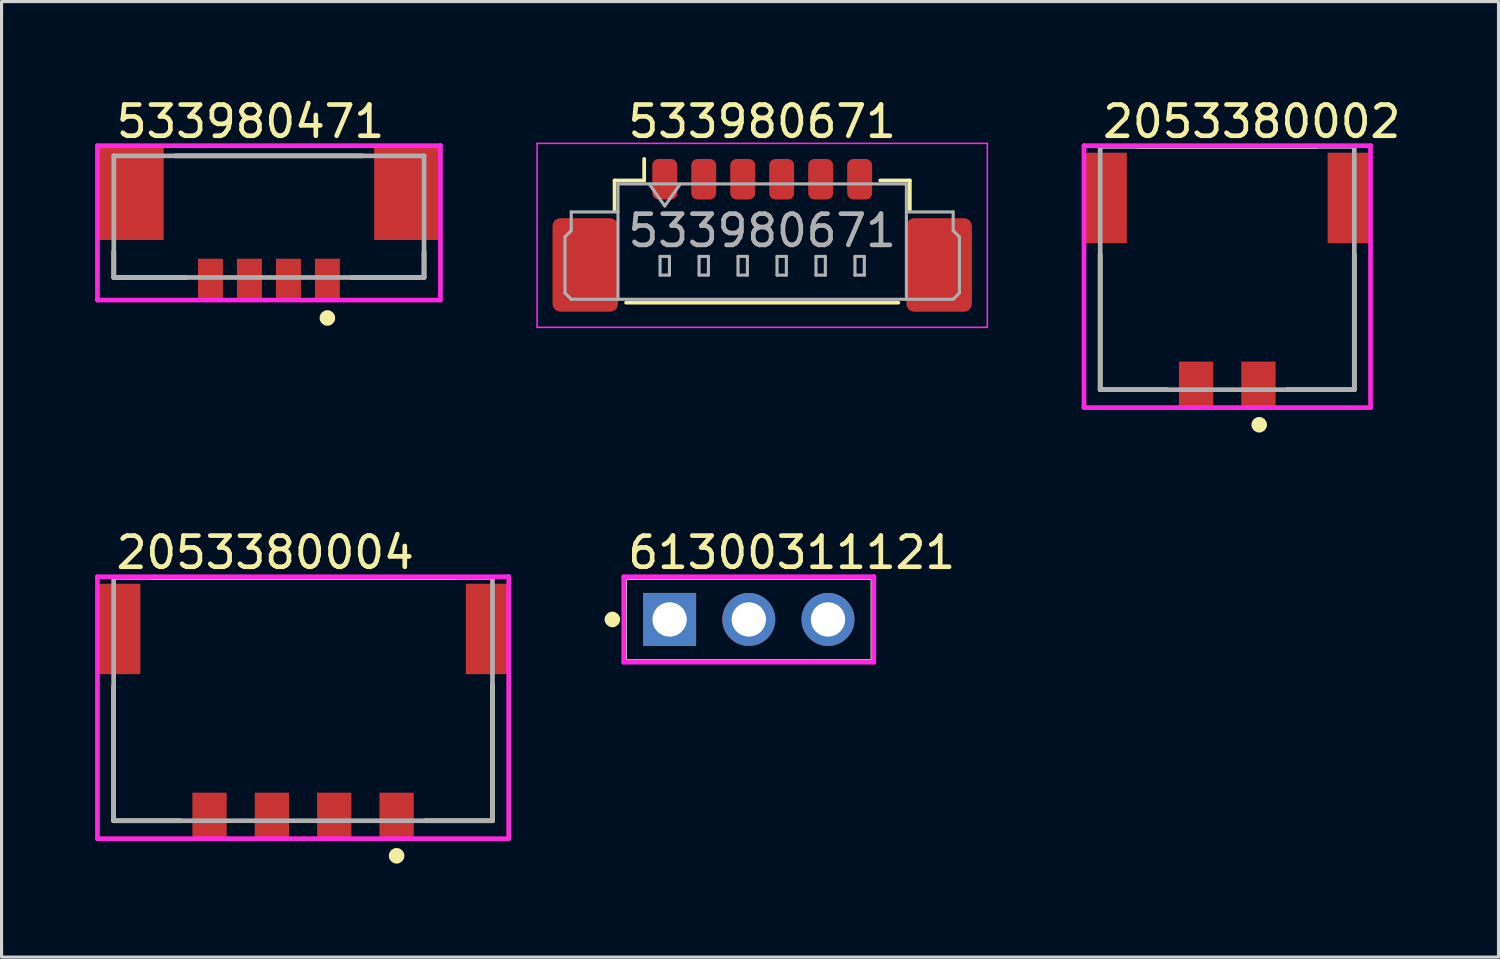
<source format=kicad_pcb>
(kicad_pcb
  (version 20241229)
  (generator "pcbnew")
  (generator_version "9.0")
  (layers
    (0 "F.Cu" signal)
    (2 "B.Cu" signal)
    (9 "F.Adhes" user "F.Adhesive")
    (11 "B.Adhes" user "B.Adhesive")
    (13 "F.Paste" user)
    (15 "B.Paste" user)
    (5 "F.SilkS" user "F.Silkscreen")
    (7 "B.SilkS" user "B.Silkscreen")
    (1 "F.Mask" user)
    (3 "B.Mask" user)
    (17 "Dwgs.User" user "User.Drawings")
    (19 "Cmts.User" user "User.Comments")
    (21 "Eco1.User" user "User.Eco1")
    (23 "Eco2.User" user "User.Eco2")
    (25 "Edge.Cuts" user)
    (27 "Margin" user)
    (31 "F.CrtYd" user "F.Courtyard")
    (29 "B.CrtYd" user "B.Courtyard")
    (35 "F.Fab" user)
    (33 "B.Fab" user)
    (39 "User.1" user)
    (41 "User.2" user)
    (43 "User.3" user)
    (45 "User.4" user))
  (footprint "61300311121"
    (layer "F.Cu")
    (at 20.965 16.817)
    (property "Reference" "61300311121" (at -3.96 -2.145 0) (layer "F.SilkS") (effects (font (size 1 1) (thickness 0.15)) (justify left)))
    (attr through_hole)
    (fp_line (start -3.985 -1.345) (end 3.985 -1.345) (stroke (width 0.15) (type solid)) (layer "F.SilkS"))
    (fp_line (start -3.985 1.345) (end -3.985 -1.345) (stroke (width 0.15) (type solid)) (layer "F.SilkS"))
    (fp_line (start -3.985 1.345) (end 3.985 1.345) (stroke (width 0.15) (type solid)) (layer "F.SilkS"))
    (fp_line (start 3.985 1.345) (end 3.985 -1.345) (stroke (width 0.15) (type solid)) (layer "F.SilkS"))
    (fp_circle (center -4.375 0) (end -4.25 0) (stroke (width 0.25) (type solid)) (fill no) (layer "F.SilkS"))
    (fp_line (start -4.01 -1.37) (end -4.01 1.37) (stroke (width 0.15) (type solid)) (layer "F.CrtYd"))
    (fp_line (start -4.01 1.37) (end 4.01 1.37) (stroke (width 0.15) (type solid)) (layer "F.CrtYd"))
    (fp_line (start 4.01 -1.37) (end -4.01 -1.37) (stroke (width 0.15) (type solid)) (layer "F.CrtYd"))
    (fp_line (start 4.01 -1.37) (end 4.01 -1.37) (stroke (width 0.15) (type solid)) (layer "F.CrtYd"))
    (fp_line (start 4.01 1.37) (end 4.01 -1.37) (stroke (width 0.15) (type solid)) (layer "F.CrtYd"))
    (fp_line (start -3.985 -1.345) (end 3.985 -1.345) (stroke (width 0.15) (type solid)) (layer "F.Fab"))
    (fp_line (start -3.985 1.345) (end -3.985 -1.345) (stroke (width 0.15) (type solid)) (layer "F.Fab"))
    (fp_line (start 3.985 -1.345) (end 3.985 1.345) (stroke (width 0.15) (type solid)) (layer "F.Fab"))
    (fp_line (start 3.985 1.345) (end -3.985 1.345) (stroke (width 0.15) (type solid)) (layer "F.Fab"))
    (pad "1" thru_hole rect (at -2.54 0) (size 1.7 1.7) (drill 1.1) (layers "*.Cu"))
    (pad "2" thru_hole circle (at 0 0) (size 1.7 1.7) (drill 1.1) (layers "*.Cu"))
    (pad "3" thru_hole circle (at 2.54 0) (size 1.7 1.7) (drill 1.1) (layers "*.Cu")))
  (footprint "533980671"
    (layer "F.Cu")
    (at 21.395 3.948)
    (property "Reference" "533980671" (at 0 -3.1 0) (layer "F.SilkS") (effects (font (size 1 1) (thickness 0.15))))
    (attr smd)
    (fp_line (start -4.735 -1.21) (end -3.785 -1.21) (stroke (width 0.12) (type solid)) (layer "F.SilkS"))
    (fp_line (start -4.735 -0.26) (end -4.735 -1.21) (stroke (width 0.12) (type solid)) (layer "F.SilkS"))
    (fp_line (start -4.365 2.71) (end 4.365 2.71) (stroke (width 0.12) (type solid)) (layer "F.SilkS"))
    (fp_line (start -3.785 -1.21) (end -3.785 -1.9) (stroke (width 0.12) (type solid)) (layer "F.SilkS"))
    (fp_line (start 4.735 -1.21) (end 3.785 -1.21) (stroke (width 0.12) (type solid)) (layer "F.SilkS"))
    (fp_line (start 4.735 -0.26) (end 4.735 -1.21) (stroke (width 0.12) (type solid)) (layer "F.SilkS"))
    (fp_line (start -7.22 -2.4) (end -7.22 3.5) (stroke (width 0.05) (type solid)) (layer "F.CrtYd"))
    (fp_line (start -7.22 3.5) (end 7.22 3.5) (stroke (width 0.05) (type solid)) (layer "F.CrtYd"))
    (fp_line (start 7.22 -2.4) (end -7.22 -2.4) (stroke (width 0.05) (type solid)) (layer "F.CrtYd"))
    (fp_line (start 7.22 3.5) (end 7.22 -2.4) (stroke (width 0.05) (type solid)) (layer "F.CrtYd"))
    (fp_line (start -6.325 0.6) (end -6.125 0.4) (stroke (width 0.1) (type solid)) (layer "F.Fab"))
    (fp_line (start -6.325 2.4) (end -6.325 0.6) (stroke (width 0.1) (type solid)) (layer "F.Fab"))
    (fp_line (start -6.125 -0.2) (end -4.625 -0.2) (stroke (width 0.1) (type solid)) (layer "F.Fab"))
    (fp_line (start -6.125 0.4) (end -6.125 -0.2) (stroke (width 0.1) (type solid)) (layer "F.Fab"))
    (fp_line (start -6.125 2.6) (end -6.325 2.4) (stroke (width 0.1) (type solid)) (layer "F.Fab"))
    (fp_line (start -4.625 -1.1) (end -4.625 2.6) (stroke (width 0.1) (type solid)) (layer "F.Fab"))
    (fp_line (start -4.625 -1.1) (end 4.625 -1.1) (stroke (width 0.1) (type solid)) (layer "F.Fab"))
    (fp_line (start -4.625 2.6) (end -6.125 2.6) (stroke (width 0.1) (type solid)) (layer "F.Fab"))
    (fp_line (start -4.625 2.6) (end 4.625 2.6) (stroke (width 0.1) (type solid)) (layer "F.Fab"))
    (fp_line (start -3.625 -1.1) (end -3.125 -0.393) (stroke (width 0.1) (type solid)) (layer "F.Fab"))
    (fp_line (start -3.275 1.225) (end -3.275 1.825) (stroke (width 0.1) (type solid)) (layer "F.Fab"))
    (fp_line (start -3.275 1.825) (end -2.975 1.825) (stroke (width 0.1) (type solid)) (layer "F.Fab"))
    (fp_line (start -3.125 -0.393) (end -2.625 -1.1) (stroke (width 0.1) (type solid)) (layer "F.Fab"))
    (fp_line (start -2.975 1.225) (end -3.275 1.225) (stroke (width 0.1) (type solid)) (layer "F.Fab"))
    (fp_line (start -2.975 1.825) (end -2.975 1.225) (stroke (width 0.1) (type solid)) (layer "F.Fab"))
    (fp_line (start -2.025 1.225) (end -2.025 1.825) (stroke (width 0.1) (type solid)) (layer "F.Fab"))
    (fp_line (start -2.025 1.825) (end -1.725 1.825) (stroke (width 0.1) (type solid)) (layer "F.Fab"))
    (fp_line (start -1.725 1.225) (end -2.025 1.225) (stroke (width 0.1) (type solid)) (layer "F.Fab"))
    (fp_line (start -1.725 1.825) (end -1.725 1.225) (stroke (width 0.1) (type solid)) (layer "F.Fab"))
    (fp_line (start -0.775 1.225) (end -0.775 1.825) (stroke (width 0.1) (type solid)) (layer "F.Fab"))
    (fp_line (start -0.775 1.825) (end -0.475 1.825) (stroke (width 0.1) (type solid)) (layer "F.Fab"))
    (fp_line (start -0.475 1.225) (end -0.775 1.225) (stroke (width 0.1) (type solid)) (layer "F.Fab"))
    (fp_line (start -0.475 1.825) (end -0.475 1.225) (stroke (width 0.1) (type solid)) (layer "F.Fab"))
    (fp_line (start 0.475 1.225) (end 0.475 1.825) (stroke (width 0.1) (type solid)) (layer "F.Fab"))
    (fp_line (start 0.475 1.825) (end 0.775 1.825) (stroke (width 0.1) (type solid)) (layer "F.Fab"))
    (fp_line (start 0.775 1.225) (end 0.475 1.225) (stroke (width 0.1) (type solid)) (layer "F.Fab"))
    (fp_line (start 0.775 1.825) (end 0.775 1.225) (stroke (width 0.1) (type solid)) (layer "F.Fab"))
    (fp_line (start 1.725 1.225) (end 1.725 1.825) (stroke (width 0.1) (type solid)) (layer "F.Fab"))
    (fp_line (start 1.725 1.825) (end 2.025 1.825) (stroke (width 0.1) (type solid)) (layer "F.Fab"))
    (fp_line (start 2.025 1.225) (end 1.725 1.225) (stroke (width 0.1) (type solid)) (layer "F.Fab"))
    (fp_line (start 2.025 1.825) (end 2.025 1.225) (stroke (width 0.1) (type solid)) (layer "F.Fab"))
    (fp_line (start 2.975 1.225) (end 2.975 1.825) (stroke (width 0.1) (type solid)) (layer "F.Fab"))
    (fp_line (start 2.975 1.825) (end 3.275 1.825) (stroke (width 0.1) (type solid)) (layer "F.Fab"))
    (fp_line (start 3.275 1.225) (end 2.975 1.225) (stroke (width 0.1) (type solid)) (layer "F.Fab"))
    (fp_line (start 3.275 1.825) (end 3.275 1.225) (stroke (width 0.1) (type solid)) (layer "F.Fab"))
    (fp_line (start 4.625 -1.1) (end 4.625 2.6) (stroke (width 0.1) (type solid)) (layer "F.Fab"))
    (fp_line (start 4.625 2.6) (end 6.125 2.6) (stroke (width 0.1) (type solid)) (layer "F.Fab"))
    (fp_line (start 6.125 -0.2) (end 4.625 -0.2) (stroke (width 0.1) (type solid)) (layer "F.Fab"))
    (fp_line (start 6.125 0.4) (end 6.125 -0.2) (stroke (width 0.1) (type solid)) (layer "F.Fab"))
    (fp_line (start 6.125 2.6) (end 6.325 2.4) (stroke (width 0.1) (type solid)) (layer "F.Fab"))
    (fp_line (start 6.325 0.6) (end 6.125 0.4) (stroke (width 0.1) (type solid)) (layer "F.Fab"))
    (fp_line (start 6.325 2.4) (end 6.325 0.6) (stroke (width 0.1) (type solid)) (layer "F.Fab"))
    (fp_text user "${REFERENCE}" (at 0 0.4 0) (layer "F.Fab") (effects (font (size 1 1) (thickness 0.15))))
    (pad "1" smd roundrect (at -3.125 -1.25) (size 0.8 1.3) (layers "F.Cu" "F.Mask" "F.Paste") (roundrect_rratio 0.25))
    (pad "2" smd roundrect (at -1.875 -1.25) (size 0.8 1.3) (layers "F.Cu" "F.Mask" "F.Paste") (roundrect_rratio 0.25))
    (pad "3" smd roundrect (at -0.625 -1.25) (size 0.8 1.3) (layers "F.Cu" "F.Mask" "F.Paste") (roundrect_rratio 0.25))
    (pad "4" smd roundrect (at 0.625 -1.25) (size 0.8 1.3) (layers "F.Cu" "F.Mask" "F.Paste") (roundrect_rratio 0.25))
    (pad "5" smd roundrect (at 1.875 -1.25) (size 0.8 1.3) (layers "F.Cu" "F.Mask" "F.Paste") (roundrect_rratio 0.25))
    (pad "6" smd roundrect (at 3.125 -1.25) (size 0.8 1.3) (layers "F.Cu" "F.Mask" "F.Paste") (roundrect_rratio 0.25))
    (pad "7" smd roundrect (at -5.675 1.5) (size 2.1 3) (layers "F.Cu" "F.Mask" "F.Paste") (roundrect_rratio 0.119))
    (pad "8" smd roundrect (at 5.675 1.5) (size 2.1 3) (layers "F.Cu" "F.Mask" "F.Paste") (roundrect_rratio 0.119)))
  (footprint "533980471"
    (layer "F.Cu")
    (at 5.575 3.898)
    (property "Reference" "533980471" (at -4.975 -3.05 0) (layer "F.SilkS") (effects (font (size 1 1) (thickness 0.15)) (justify left)))
    (attr through_hole)
    (fp_line (start -4.975 1.95) (end -4.975 1.125) (stroke (width 0.15) (type solid)) (layer "F.SilkS"))
    (fp_line (start -4.975 1.95) (end -2.65 1.95) (stroke (width 0.15) (type solid)) (layer "F.SilkS"))
    (fp_line (start -3 -1.95) (end 3 -1.95) (stroke (width 0.15) (type solid)) (layer "F.SilkS"))
    (fp_line (start 2.65 1.95) (end 4.975 1.95) (stroke (width 0.15) (type solid)) (layer "F.SilkS"))
    (fp_line (start 4.975 1.95) (end 4.975 1.125) (stroke (width 0.15) (type solid)) (layer "F.SilkS"))
    (fp_circle (center 1.875 3.25) (end 2 3.25) (stroke (width 0.25) (type solid)) (fill no) (layer "F.SilkS"))
    (fp_line (start -5.5 -2.275) (end -5.5 2.675) (stroke (width 0.15) (type solid)) (layer "F.CrtYd"))
    (fp_line (start -5.5 2.675) (end 5.5 2.675) (stroke (width 0.15) (type solid)) (layer "F.CrtYd"))
    (fp_line (start 5.5 -2.275) (end -5.5 -2.275) (stroke (width 0.15) (type solid)) (layer "F.CrtYd"))
    (fp_line (start 5.5 -2.275) (end 5.5 -2.275) (stroke (width 0.15) (type solid)) (layer "F.CrtYd"))
    (fp_line (start 5.5 2.675) (end 5.5 -2.275) (stroke (width 0.15) (type solid)) (layer "F.CrtYd"))
    (fp_line (start -4.975 -1.95) (end 4.975 -1.95) (stroke (width 0.15) (type solid)) (layer "F.Fab"))
    (fp_line (start -4.975 1.95) (end -4.975 -1.95) (stroke (width 0.15) (type solid)) (layer "F.Fab"))
    (fp_line (start 4.975 -1.95) (end 4.975 1.95) (stroke (width 0.15) (type solid)) (layer "F.Fab"))
    (fp_line (start 4.975 1.95) (end -4.975 1.95) (stroke (width 0.15) (type solid)) (layer "F.Fab"))
    (pad "1" smd rect (at 1.875 2) (size 0.8 1.3) (layers "F.Cu" "F.Mask" "F.Paste"))
    (pad "2" smd rect (at 0.625 2) (size 0.8 1.3) (layers "F.Cu" "F.Mask" "F.Paste"))
    (pad "3" smd rect (at -0.625 2) (size 0.8 1.3) (layers "F.Cu" "F.Mask" "F.Paste"))
    (pad "4" smd rect (at -1.875 2) (size 0.8 1.3) (layers "F.Cu" "F.Mask" "F.Paste"))
    (pad "5" smd rect (at -4.425 -0.75) (size 2.1 3) (layers "F.Cu" "F.Mask" "F.Paste"))
    (pad "6" smd rect (at 4.425 -0.75) (size 2.1 3) (layers "F.Cu" "F.Mask" "F.Paste")))
  (footprint "2053380002"
    (layer "F.Cu")
    (at 36.31 5.548)
    (property "Reference" "2053380002" (at -4.075 -4.7 0) (layer "F.SilkS") (effects (font (size 1 1) (thickness 0.15)) (justify left)))
    (attr through_hole)
    (fp_line (start -4.075 3.9) (end -4.075 -0.425) (stroke (width 0.15) (type solid)) (layer "F.SilkS"))
    (fp_line (start -4.075 3.9) (end -1.925 3.9) (stroke (width 0.15) (type solid)) (layer "F.SilkS"))
    (fp_line (start -2.845 -3.9) (end 2.845 -3.9) (stroke (width 0.15) (type solid)) (layer "F.SilkS"))
    (fp_line (start 1.925 3.9) (end 4.075 3.9) (stroke (width 0.15) (type solid)) (layer "F.SilkS"))
    (fp_line (start 4.075 3.9) (end 4.075 -0.425) (stroke (width 0.15) (type solid)) (layer "F.SilkS"))
    (fp_circle (center 1.025 5.025) (end 1.15 5.025) (stroke (width 0.25) (type solid)) (fill no) (layer "F.SilkS"))
    (fp_line (start -4.595 -3.925) (end -4.595 4.475) (stroke (width 0.15) (type solid)) (layer "F.CrtYd"))
    (fp_line (start -4.595 4.475) (end 4.595 4.475) (stroke (width 0.15) (type solid)) (layer "F.CrtYd"))
    (fp_line (start 4.595 -3.925) (end -4.595 -3.925) (stroke (width 0.15) (type solid)) (layer "F.CrtYd"))
    (fp_line (start 4.595 -3.925) (end 4.595 -3.925) (stroke (width 0.15) (type solid)) (layer "F.CrtYd"))
    (fp_line (start 4.595 4.475) (end 4.595 -3.925) (stroke (width 0.15) (type solid)) (layer "F.CrtYd"))
    (fp_line (start -4.075 -3.9) (end 4.075 -3.9) (stroke (width 0.15) (type solid)) (layer "F.Fab"))
    (fp_line (start -4.075 3.9) (end -4.075 -3.9) (stroke (width 0.15) (type solid)) (layer "F.Fab"))
    (fp_line (start 4.075 -3.9) (end 4.075 3.9) (stroke (width 0.15) (type solid)) (layer "F.Fab"))
    (fp_line (start 4.075 3.9) (end -4.075 3.9) (stroke (width 0.15) (type solid)) (layer "F.Fab"))
    (pad "1" smd rect (at 1 3.725) (size 1.1 1.45) (layers "F.Cu" "F.Mask" "F.Paste"))
    (pad "2" smd rect (at -1 3.725) (size 1.1 1.45) (layers "F.Cu" "F.Mask" "F.Paste"))
    (pad "3" smd rect (at -3.895 -2.25) (size 1.35 2.9) (layers "F.Cu" "F.Mask" "F.Paste"))
    (pad "4" smd rect (at 3.895 -2.25) (size 1.35 2.9) (layers "F.Cu" "F.Mask" "F.Paste")))
  (footprint "2053380004"
    (layer "F.Cu")
    (at 6.67 19.372)
    (property "Reference" "2053380004" (at -6.075 -4.7 0) (layer "F.SilkS") (effects (font (size 1 1) (thickness 0.15)) (justify left)))
    (attr through_hole)
    (fp_line (start -6.075 3.9) (end -6.075 -0.425) (stroke (width 0.15) (type solid)) (layer "F.SilkS"))
    (fp_line (start -6.075 3.9) (end -3.925 3.9) (stroke (width 0.15) (type solid)) (layer "F.SilkS"))
    (fp_line (start -4.845 -3.9) (end 4.845 -3.9) (stroke (width 0.15) (type solid)) (layer "F.SilkS"))
    (fp_line (start 3.925 3.9) (end 6.075 3.9) (stroke (width 0.15) (type solid)) (layer "F.SilkS"))
    (fp_line (start 6.075 3.9) (end 6.075 -0.425) (stroke (width 0.15) (type solid)) (layer "F.SilkS"))
    (fp_circle (center 3 5.025) (end 3.125 5.025) (stroke (width 0.25) (type solid)) (fill no) (layer "F.SilkS"))
    (fp_line (start -6.595 -3.925) (end -6.595 4.475) (stroke (width 0.15) (type solid)) (layer "F.CrtYd"))
    (fp_line (start -6.595 4.475) (end 6.595 4.475) (stroke (width 0.15) (type solid)) (layer "F.CrtYd"))
    (fp_line (start 6.595 -3.925) (end -6.595 -3.925) (stroke (width 0.15) (type solid)) (layer "F.CrtYd"))
    (fp_line (start 6.595 -3.925) (end 6.595 -3.925) (stroke (width 0.15) (type solid)) (layer "F.CrtYd"))
    (fp_line (start 6.595 4.475) (end 6.595 -3.925) (stroke (width 0.15) (type solid)) (layer "F.CrtYd"))
    (fp_line (start -6.075 -3.9) (end 6.075 -3.9) (stroke (width 0.15) (type solid)) (layer "F.Fab"))
    (fp_line (start -6.075 3.9) (end -6.075 -3.9) (stroke (width 0.15) (type solid)) (layer "F.Fab"))
    (fp_line (start 6.075 -3.9) (end 6.075 3.9) (stroke (width 0.15) (type solid)) (layer "F.Fab"))
    (fp_line (start 6.075 3.9) (end -6.075 3.9) (stroke (width 0.15) (type solid)) (layer "F.Fab"))
    (pad "1" smd rect (at 3 3.725 180) (size 1.1 1.45) (layers "F.Cu" "F.Mask" "F.Paste"))
    (pad "2" smd rect (at 1 3.725 180) (size 1.1 1.45) (layers "F.Cu" "F.Mask" "F.Paste"))
    (pad "3" smd rect (at -1 3.725 180) (size 1.1 1.45) (layers "F.Cu" "F.Mask" "F.Paste"))
    (pad "4" smd rect (at -3 3.725 180) (size 1.1 1.45) (layers "F.Cu" "F.Mask" "F.Paste"))
    (pad "5" smd rect (at -5.895 -2.25) (size 1.35 2.9) (layers "F.Cu" "F.Mask" "F.Paste"))
    (pad "6" smd rect (at 5.895 -2.25) (size 1.35 2.9) (layers "F.Cu" "F.Mask" "F.Paste")))
  (gr_rect
    (start -3 -3)
    (end 45.009 27.646)
    (stroke (width 0.1) (type default))
    (fill no)
    (layer "Edge.Cuts")))
</source>
